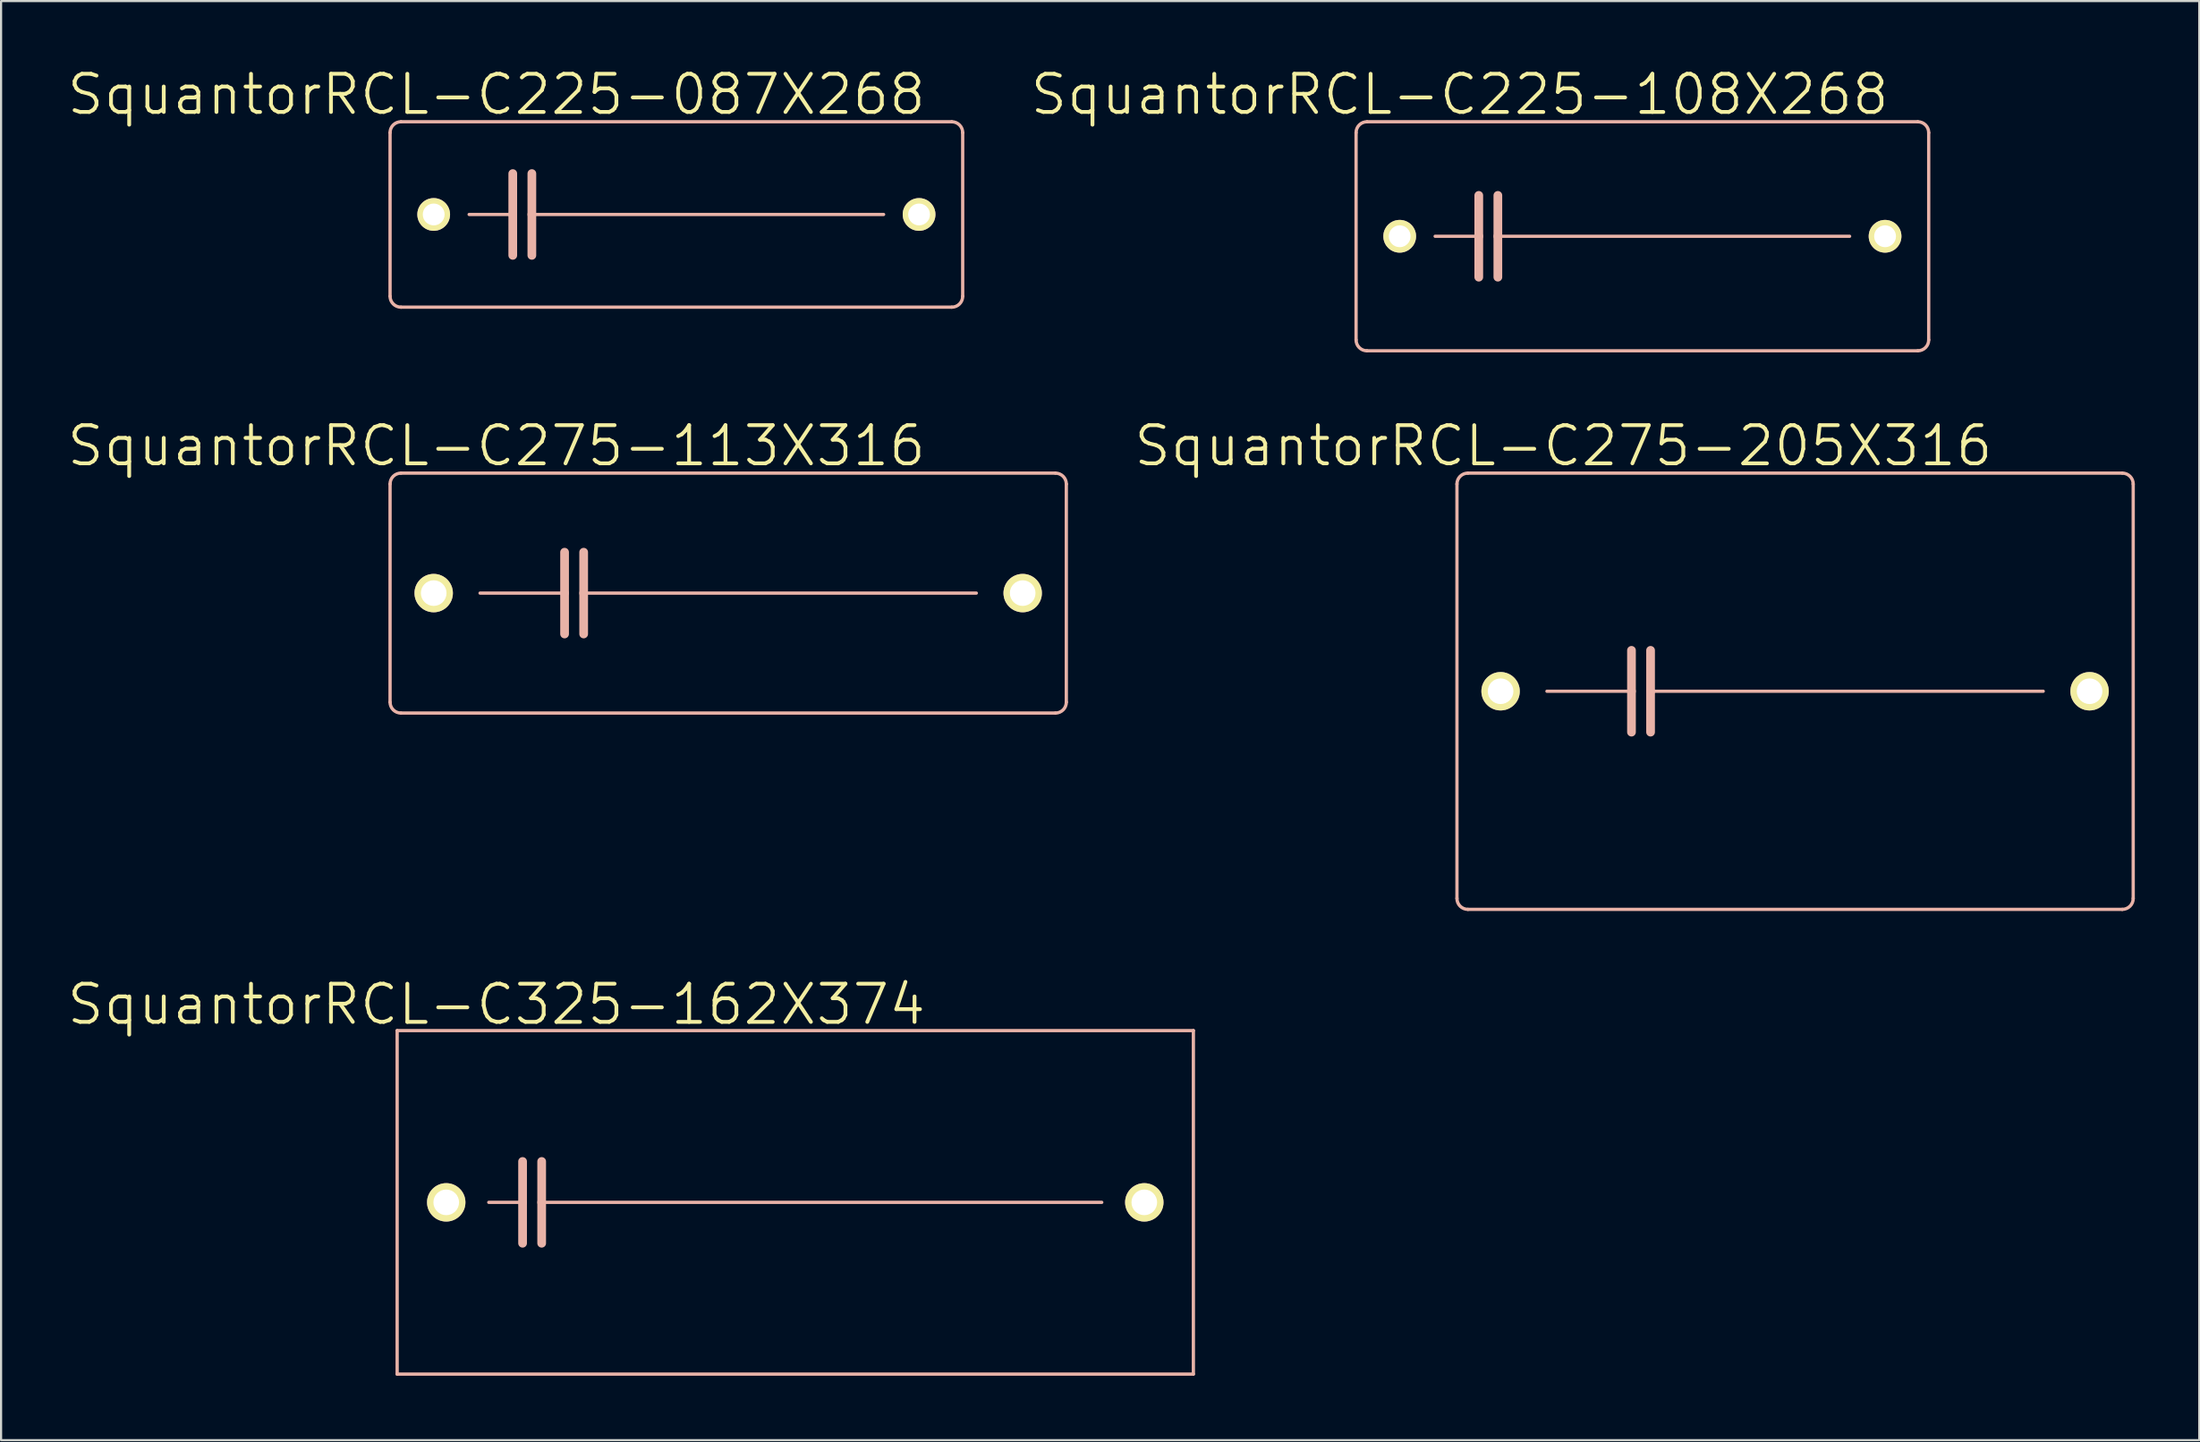
<source format=kicad_pcb>
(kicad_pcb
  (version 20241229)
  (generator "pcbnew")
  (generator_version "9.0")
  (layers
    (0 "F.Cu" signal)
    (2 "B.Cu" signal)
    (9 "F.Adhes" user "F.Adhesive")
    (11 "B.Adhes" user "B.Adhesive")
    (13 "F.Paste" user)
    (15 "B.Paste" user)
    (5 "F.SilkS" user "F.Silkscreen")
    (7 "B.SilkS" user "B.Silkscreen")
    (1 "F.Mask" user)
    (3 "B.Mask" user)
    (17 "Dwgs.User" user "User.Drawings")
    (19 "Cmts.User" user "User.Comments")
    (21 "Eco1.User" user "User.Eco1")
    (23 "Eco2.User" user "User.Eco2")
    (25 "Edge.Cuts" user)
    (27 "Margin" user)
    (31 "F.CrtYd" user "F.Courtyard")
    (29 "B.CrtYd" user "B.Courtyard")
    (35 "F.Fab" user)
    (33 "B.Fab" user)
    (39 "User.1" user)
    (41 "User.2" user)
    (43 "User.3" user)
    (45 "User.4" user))
  (footprint "SquantorRCL-C225-087X268"
    (layer "F.Cu")
    (at 28.452 6.94)
    (property "Reference" "SquantorRCL-C225-087X268" (at -8.382 -5.588 0) (layer "F.SilkS") (effects (font (size 1.778 1.778) (thickness 0.178))))
    (attr exclude_from_pos_files exclude_from_bom)
    (fp_line (start -13.335 3.81) (end -13.335 -3.81) (stroke (width 0.152) (type solid)) (layer "B.SilkS"))
    (fp_line (start -12.827 -4.318) (end 12.827 -4.318) (stroke (width 0.152) (type solid)) (layer "B.SilkS"))
    (fp_line (start -9.652 0) (end -7.62 0) (stroke (width 0.152) (type solid)) (layer "B.SilkS"))
    (fp_line (start -7.62 -1.905) (end -7.62 0) (stroke (width 0.406) (type solid)) (layer "B.SilkS"))
    (fp_line (start -7.62 0) (end -7.62 1.905) (stroke (width 0.406) (type solid)) (layer "B.SilkS"))
    (fp_line (start -6.731 -1.905) (end -6.731 0) (stroke (width 0.406) (type solid)) (layer "B.SilkS"))
    (fp_line (start -6.731 0) (end -6.731 1.905) (stroke (width 0.406) (type solid)) (layer "B.SilkS"))
    (fp_line (start -6.731 0) (end 9.652 0) (stroke (width 0.152) (type solid)) (layer "B.SilkS"))
    (fp_line (start 12.827 4.318) (end -12.827 4.318) (stroke (width 0.152) (type solid)) (layer "B.SilkS"))
    (fp_line (start 13.335 -3.81) (end 13.335 3.81) (stroke (width 0.152) (type solid)) (layer "B.SilkS"))
    (fp_arc (start -13.335 -3.81) (mid -13.18621 -4.16921) (end -12.827 -4.318) (stroke (width 0.1524) (type solid)) (layer "B.SilkS"))
    (fp_arc (start -12.827 4.318) (mid -13.18621 4.16921) (end -13.335 3.81) (stroke (width 0.1524) (type solid)) (layer "B.SilkS"))
    (fp_arc (start 12.827 -4.318) (mid 13.18621 -4.16921) (end 13.335 -3.81) (stroke (width 0.1524) (type solid)) (layer "B.SilkS"))
    (fp_arc (start 13.335 3.81) (mid 13.18621 4.16921) (end 12.827 4.318) (stroke (width 0.1524) (type solid)) (layer "B.SilkS"))
    (pad "1" thru_hole circle (at -11.303 0) (size 1.524 1.524) (drill 1.016) (layers "*.Cu" "F.Mask" "F.SilkS" "F.Paste"))
    (pad "2" thru_hole circle (at 11.303 0) (size 1.524 1.524) (drill 1.016) (layers "*.Cu" "F.Mask" "F.SilkS" "F.Paste")))
  (footprint "SquantorRCL-C325-162X374"
    (layer "F.Cu")
    (at 33.989 52.957)
    (property "Reference" "SquantorRCL-C325-162X374" (at -13.919 -9.22 0) (layer "F.SilkS") (effects (font (size 1.778 1.778) (thickness 0.178))))
    (attr exclude_from_pos_files exclude_from_bom)
    (fp_line (start -18.542 -8.001) (end -18.542 8.001) (stroke (width 0.152) (type solid)) (layer "B.SilkS"))
    (fp_line (start -18.542 8.001) (end 18.542 8.001) (stroke (width 0.152) (type solid)) (layer "B.SilkS"))
    (fp_line (start -14.275 0) (end -12.7 0) (stroke (width 0.152) (type solid)) (layer "B.SilkS"))
    (fp_line (start -12.7 -1.905) (end -12.7 0) (stroke (width 0.406) (type solid)) (layer "B.SilkS"))
    (fp_line (start -12.7 0) (end -12.7 1.905) (stroke (width 0.406) (type solid)) (layer "B.SilkS"))
    (fp_line (start -11.811 -1.905) (end -11.811 0) (stroke (width 0.406) (type solid)) (layer "B.SilkS"))
    (fp_line (start -11.811 0) (end -11.811 1.905) (stroke (width 0.406) (type solid)) (layer "B.SilkS"))
    (fp_line (start -11.811 0) (end 14.275 0) (stroke (width 0.152) (type solid)) (layer "B.SilkS"))
    (fp_line (start 18.542 -8.001) (end -18.542 -8.001) (stroke (width 0.152) (type solid)) (layer "B.SilkS"))
    (fp_line (start 18.542 -8.001) (end 18.542 8.001) (stroke (width 0.152) (type solid)) (layer "B.SilkS"))
    (pad "1" thru_hole circle (at -16.256 0) (size 1.788 1.788) (drill 1.194) (layers "*.Cu" "F.Mask" "F.SilkS" "F.Paste"))
    (pad "2" thru_hole circle (at 16.256 0) (size 1.788 1.788) (drill 1.194) (layers "*.Cu" "F.Mask" "F.SilkS" "F.Paste")))
  (footprint "SquantorRCL-C275-113X316"
    (layer "F.Cu")
    (at 30.865 24.577)
    (property "Reference" "SquantorRCL-C275-113X316" (at -10.795 -6.858 0) (layer "F.SilkS") (effects (font (size 1.778 1.778) (thickness 0.178))))
    (attr exclude_from_pos_files exclude_from_bom)
    (fp_line (start -15.748 5.08) (end -15.748 -5.08) (stroke (width 0.152) (type solid)) (layer "B.SilkS"))
    (fp_line (start -15.24 -5.588) (end 15.24 -5.588) (stroke (width 0.152) (type solid)) (layer "B.SilkS"))
    (fp_line (start -11.557 0) (end -7.62 0) (stroke (width 0.152) (type solid)) (layer "B.SilkS"))
    (fp_line (start -7.62 -1.905) (end -7.62 0) (stroke (width 0.406) (type solid)) (layer "B.SilkS"))
    (fp_line (start -7.62 0) (end -7.62 1.905) (stroke (width 0.406) (type solid)) (layer "B.SilkS"))
    (fp_line (start -6.731 -1.905) (end -6.731 0) (stroke (width 0.406) (type solid)) (layer "B.SilkS"))
    (fp_line (start -6.731 0) (end -6.731 1.905) (stroke (width 0.406) (type solid)) (layer "B.SilkS"))
    (fp_line (start -6.731 0) (end 11.557 0) (stroke (width 0.152) (type solid)) (layer "B.SilkS"))
    (fp_line (start 15.24 5.588) (end -15.24 5.588) (stroke (width 0.152) (type solid)) (layer "B.SilkS"))
    (fp_line (start 15.748 -5.08) (end 15.748 5.08) (stroke (width 0.152) (type solid)) (layer "B.SilkS"))
    (fp_arc (start -15.748 -5.08) (mid -15.59921 -5.43921) (end -15.24 -5.588) (stroke (width 0.1524) (type solid)) (layer "B.SilkS"))
    (fp_arc (start -15.24 5.588) (mid -15.59921 5.43921) (end -15.748 5.08) (stroke (width 0.1524) (type solid)) (layer "B.SilkS"))
    (fp_arc (start 15.24 -5.588) (mid 15.59921 -5.43921) (end 15.748 -5.08) (stroke (width 0.1524) (type solid)) (layer "B.SilkS"))
    (fp_arc (start 15.748 5.08) (mid 15.59921 5.43921) (end 15.24 5.588) (stroke (width 0.1524) (type solid)) (layer "B.SilkS"))
    (pad "1" thru_hole circle (at -13.716 0) (size 1.788 1.788) (drill 1.194) (layers "*.Cu" "F.Mask" "F.SilkS" "F.Paste"))
    (pad "2" thru_hole circle (at 13.716 0) (size 1.788 1.788) (drill 1.194) (layers "*.Cu" "F.Mask" "F.SilkS" "F.Paste")))
  (footprint "SquantorRCL-C225-108X268"
    (layer "F.Cu")
    (at 73.443 7.956)
    (property "Reference" "SquantorRCL-C225-108X268" (at -8.509 -6.604 0) (layer "F.SilkS") (effects (font (size 1.778 1.778) (thickness 0.178))))
    (attr exclude_from_pos_files exclude_from_bom)
    (fp_line (start -13.335 4.826) (end -13.335 -4.826) (stroke (width 0.152) (type solid)) (layer "B.SilkS"))
    (fp_line (start -12.827 -5.334) (end 12.827 -5.334) (stroke (width 0.152) (type solid)) (layer "B.SilkS"))
    (fp_line (start -9.652 0) (end -7.62 0) (stroke (width 0.152) (type solid)) (layer "B.SilkS"))
    (fp_line (start -7.62 -1.905) (end -7.62 0) (stroke (width 0.406) (type solid)) (layer "B.SilkS"))
    (fp_line (start -7.62 0) (end -7.62 1.905) (stroke (width 0.406) (type solid)) (layer "B.SilkS"))
    (fp_line (start -6.731 -1.905) (end -6.731 0) (stroke (width 0.406) (type solid)) (layer "B.SilkS"))
    (fp_line (start -6.731 0) (end -6.731 1.905) (stroke (width 0.406) (type solid)) (layer "B.SilkS"))
    (fp_line (start -6.731 0) (end 9.652 0) (stroke (width 0.152) (type solid)) (layer "B.SilkS"))
    (fp_line (start 12.827 5.334) (end -12.827 5.334) (stroke (width 0.152) (type solid)) (layer "B.SilkS"))
    (fp_line (start 13.335 -4.826) (end 13.335 4.826) (stroke (width 0.152) (type solid)) (layer "B.SilkS"))
    (fp_arc (start -13.335 -4.826) (mid -13.18621 -5.18521) (end -12.827 -5.334) (stroke (width 0.1524) (type solid)) (layer "B.SilkS"))
    (fp_arc (start -12.827 5.334) (mid -13.18621 5.18521) (end -13.335 4.826) (stroke (width 0.1524) (type solid)) (layer "B.SilkS"))
    (fp_arc (start 12.827 -5.334) (mid 13.18621 -5.18521) (end 13.335 -4.826) (stroke (width 0.1524) (type solid)) (layer "B.SilkS"))
    (fp_arc (start 13.335 4.826) (mid 13.18621 5.18521) (end 12.827 5.334) (stroke (width 0.1524) (type solid)) (layer "B.SilkS"))
    (pad "1" thru_hole circle (at -11.303 0) (size 1.524 1.524) (drill 1.016) (layers "*.Cu" "F.Mask" "F.SilkS" "F.Paste"))
    (pad "2" thru_hole circle (at 11.303 0) (size 1.524 1.524) (drill 1.016) (layers "*.Cu" "F.Mask" "F.SilkS" "F.Paste")))
  (footprint "SquantorRCL-C275-205X316"
    (layer "F.Cu")
    (at 80.555 29.149)
    (property "Reference" "SquantorRCL-C275-205X316" (at -10.795 -11.43 0) (layer "F.SilkS") (effects (font (size 1.778 1.778) (thickness 0.178))))
    (attr exclude_from_pos_files exclude_from_bom)
    (fp_line (start -15.748 9.652) (end -15.748 -9.652) (stroke (width 0.152) (type solid)) (layer "B.SilkS"))
    (fp_line (start -15.24 -10.16) (end 15.24 -10.16) (stroke (width 0.152) (type solid)) (layer "B.SilkS"))
    (fp_line (start -11.557 0) (end -7.62 0) (stroke (width 0.152) (type solid)) (layer "B.SilkS"))
    (fp_line (start -7.62 -1.905) (end -7.62 0) (stroke (width 0.406) (type solid)) (layer "B.SilkS"))
    (fp_line (start -7.62 0) (end -7.62 1.905) (stroke (width 0.406) (type solid)) (layer "B.SilkS"))
    (fp_line (start -6.731 -1.905) (end -6.731 0) (stroke (width 0.406) (type solid)) (layer "B.SilkS"))
    (fp_line (start -6.731 0) (end -6.731 1.905) (stroke (width 0.406) (type solid)) (layer "B.SilkS"))
    (fp_line (start -6.731 0) (end 11.557 0) (stroke (width 0.152) (type solid)) (layer "B.SilkS"))
    (fp_line (start 15.24 10.16) (end -15.24 10.16) (stroke (width 0.152) (type solid)) (layer "B.SilkS"))
    (fp_line (start 15.748 -9.652) (end 15.748 9.652) (stroke (width 0.152) (type solid)) (layer "B.SilkS"))
    (fp_arc (start -15.748 -9.652) (mid -15.59921 -10.01121) (end -15.24 -10.16) (stroke (width 0.1524) (type solid)) (layer "B.SilkS"))
    (fp_arc (start -15.24 10.16) (mid -15.59921 10.01121) (end -15.748 9.652) (stroke (width 0.1524) (type solid)) (layer "B.SilkS"))
    (fp_arc (start 15.24 -10.16) (mid 15.59921 -10.01121) (end 15.748 -9.652) (stroke (width 0.1524) (type solid)) (layer "B.SilkS"))
    (fp_arc (start 15.748 9.652) (mid 15.59921 10.01121) (end 15.24 10.16) (stroke (width 0.1524) (type solid)) (layer "B.SilkS"))
    (pad "1" thru_hole circle (at -13.716 0) (size 1.788 1.788) (drill 1.194) (layers "*.Cu" "F.Mask" "F.SilkS" "F.Paste"))
    (pad "2" thru_hole circle (at 13.716 0) (size 1.788 1.788) (drill 1.194) (layers "*.Cu" "F.Mask" "F.SilkS" "F.Paste")))
  (gr_rect
    (start -3 -3)
    (end 99.379 64.034)
    (stroke (width 0.1) (type default))
    (fill no)
    (layer "Edge.Cuts")))
</source>
